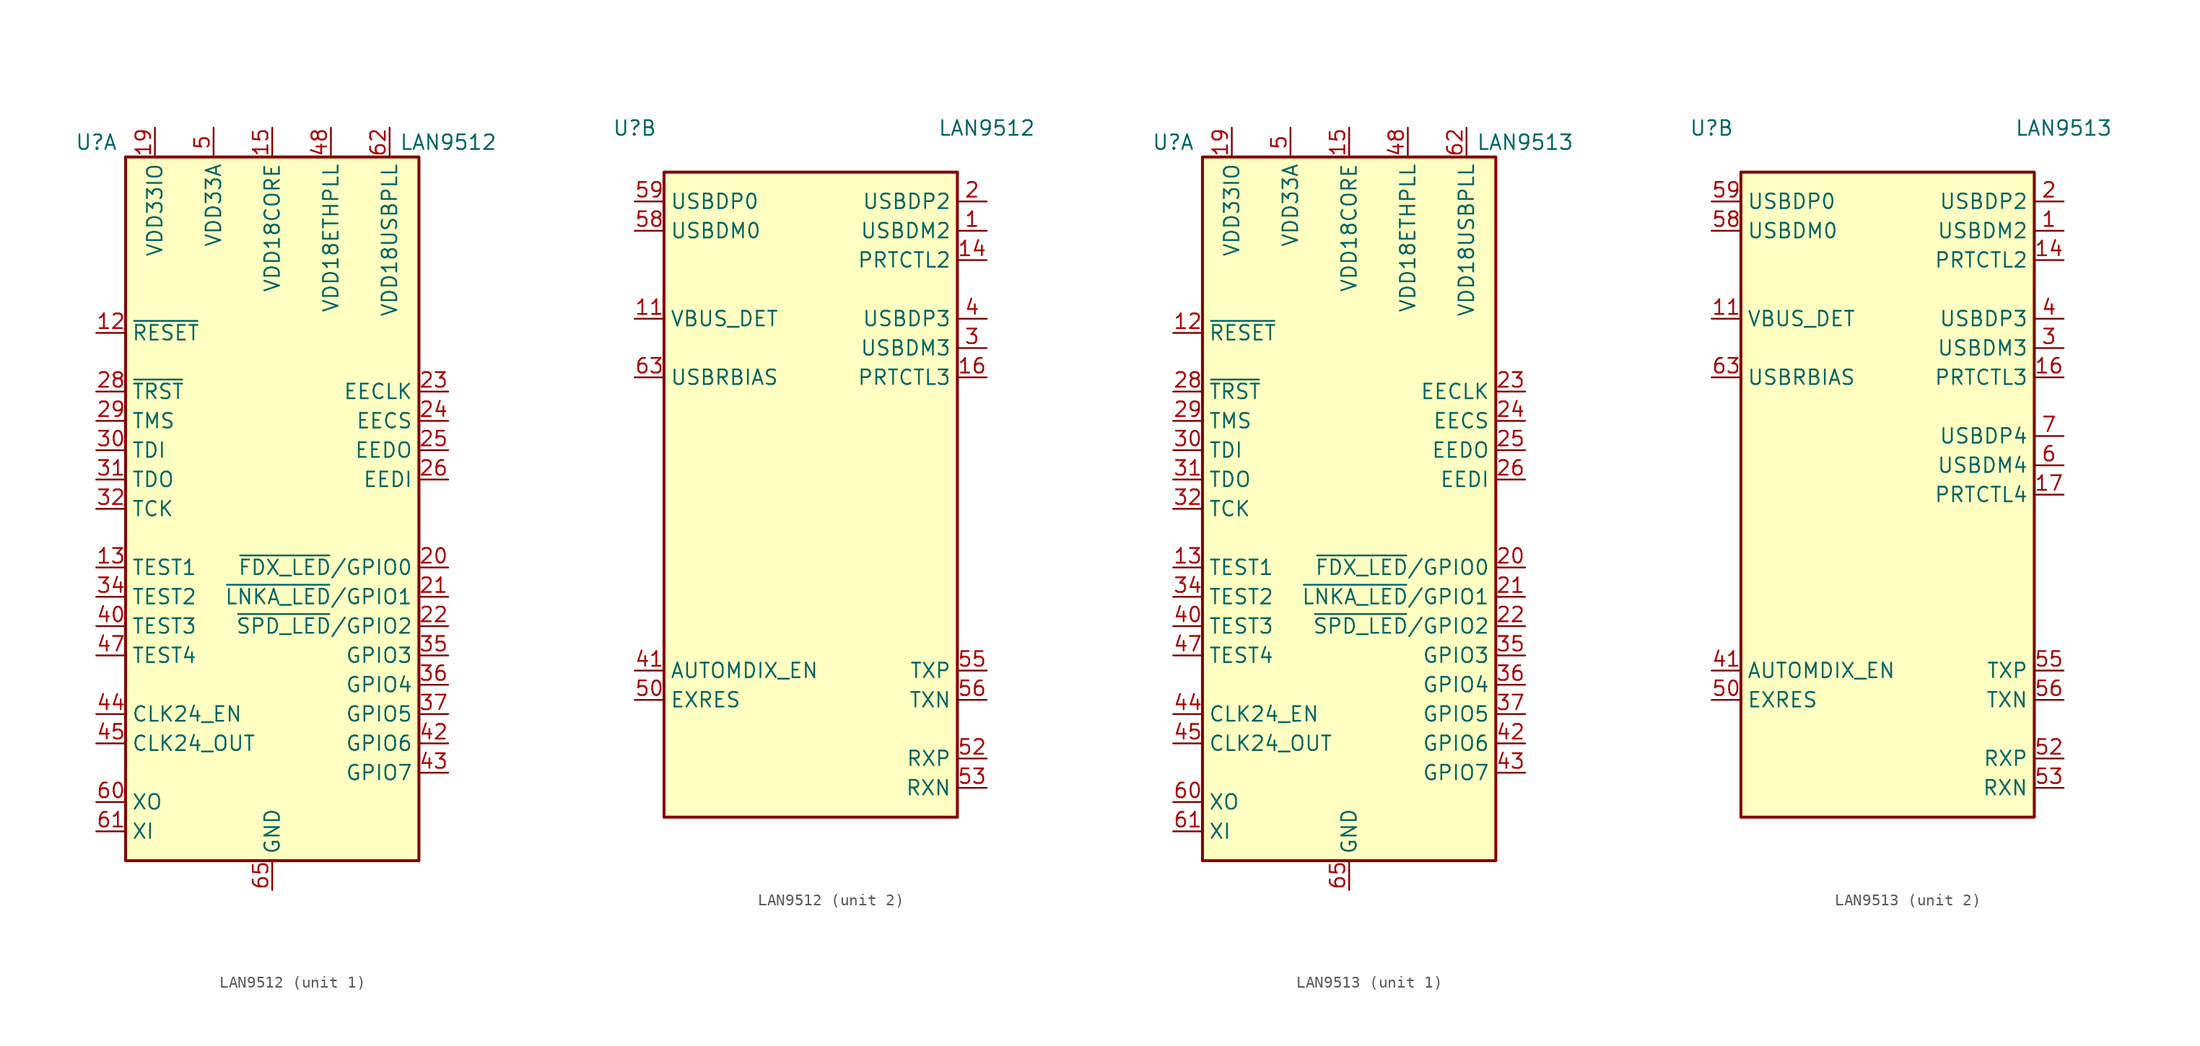
<source format=kicad_sym>
(kicad_symbol_lib
  (version 20201005)
  (generator kicad_symbol_editor)
  (symbol "Interface_Ethernet:LAN9512"
    (property "Reference" "U"
      (at -15.24 31.75 0)
      (effects (font (size 1.27 1.27))))
    (property "Value" "LAN9512"
      (at 15.24 31.75 0)
      (effects (font (size 1.27 1.27))))
    (property "ki_locked" ""
      (at 0 0 0)
      (effects (font (size 1.27 1.27))))
    (symbol "LAN9512_1_1"
      (rectangle (start -12.7 30.48) (end 12.7 -30.48) (stroke (width 0.254)) (fill (type background)))
      (pin passive line (at -5.08 33.02 270) (length 2.54) hide (name "VDD33A" (effects (font (size 1.27 1.27)))) (number "10" (effects (font (size 1.27 1.27)))))
      (pin input line (at -15.24 15.24 0) (length 2.54) (name "~RESET" (effects (font (size 1.27 1.27)))) (number "12" (effects (font (size 1.27 1.27)))))
      (pin input line (at -15.24 -5.08 0) (length 2.54) (name "TEST1" (effects (font (size 1.27 1.27)))) (number "13" (effects (font (size 1.27 1.27)))))
      (pin power_in line (at 0 33.02 270) (length 2.54) (name "VDD18CORE" (effects (font (size 1.27 1.27)))) (number "15" (effects (font (size 1.27 1.27)))))
      (pin power_in line (at -10.16 33.02 270) (length 2.54) (name "VDD33IO" (effects (font (size 1.27 1.27)))) (number "19" (effects (font (size 1.27 1.27)))))
      (pin bidirectional line (at 15.24 -5.08 180) (length 2.54) (name "~FDX_LED~/GPIO0" (effects (font (size 1.27 1.27)))) (number "20" (effects (font (size 1.27 1.27)))))
      (pin bidirectional line (at 15.24 -7.62 180) (length 2.54) (name "~LNKA_LED~/GPIO1" (effects (font (size 1.27 1.27)))) (number "21" (effects (font (size 1.27 1.27)))))
      (pin bidirectional line (at 15.24 -10.16 180) (length 2.54) (name "~SPD_LED~/GPIO2" (effects (font (size 1.27 1.27)))) (number "22" (effects (font (size 1.27 1.27)))))
      (pin output line (at 15.24 10.16 180) (length 2.54) (name "EECLK" (effects (font (size 1.27 1.27)))) (number "23" (effects (font (size 1.27 1.27)))))
      (pin output line (at 15.24 7.62 180) (length 2.54) (name "EECS" (effects (font (size 1.27 1.27)))) (number "24" (effects (font (size 1.27 1.27)))))
      (pin output line (at 15.24 5.08 180) (length 2.54) (name "EEDO" (effects (font (size 1.27 1.27)))) (number "25" (effects (font (size 1.27 1.27)))))
      (pin input line (at 15.24 2.54 180) (length 2.54) (name "EEDI" (effects (font (size 1.27 1.27)))) (number "26" (effects (font (size 1.27 1.27)))))
      (pin passive line (at -10.16 33.02 270) (length 2.54) hide (name "VDD33IO" (effects (font (size 1.27 1.27)))) (number "27" (effects (font (size 1.27 1.27)))))
      (pin input line (at -15.24 10.16 0) (length 2.54) (name "~TRST" (effects (font (size 1.27 1.27)))) (number "28" (effects (font (size 1.27 1.27)))))
      (pin input line (at -15.24 7.62 0) (length 2.54) (name "TMS" (effects (font (size 1.27 1.27)))) (number "29" (effects (font (size 1.27 1.27)))))
      (pin input line (at -15.24 5.08 0) (length 2.54) (name "TDI" (effects (font (size 1.27 1.27)))) (number "30" (effects (font (size 1.27 1.27)))))
      (pin output line (at -15.24 2.54 0) (length 2.54) (name "TDO" (effects (font (size 1.27 1.27)))) (number "31" (effects (font (size 1.27 1.27)))))
      (pin input line (at -15.24 0 0) (length 2.54) (name "TCK" (effects (font (size 1.27 1.27)))) (number "32" (effects (font (size 1.27 1.27)))))
      (pin passive line (at -10.16 33.02 270) (length 2.54) hide (name "VDD33IO" (effects (font (size 1.27 1.27)))) (number "33" (effects (font (size 1.27 1.27)))))
      (pin input line (at -15.24 -7.62 0) (length 2.54) (name "TEST2" (effects (font (size 1.27 1.27)))) (number "34" (effects (font (size 1.27 1.27)))))
      (pin bidirectional line (at 15.24 -12.7 180) (length 2.54) (name "GPIO3" (effects (font (size 1.27 1.27)))) (number "35" (effects (font (size 1.27 1.27)))))
      (pin bidirectional line (at 15.24 -15.24 180) (length 2.54) (name "GPIO4" (effects (font (size 1.27 1.27)))) (number "36" (effects (font (size 1.27 1.27)))))
      (pin bidirectional line (at 15.24 -17.78 180) (length 2.54) (name "GPIO5" (effects (font (size 1.27 1.27)))) (number "37" (effects (font (size 1.27 1.27)))))
      (pin passive line (at 0 33.02 270) (length 2.54) hide (name "VDD18CORE" (effects (font (size 1.27 1.27)))) (number "38" (effects (font (size 1.27 1.27)))))
      (pin passive line (at -10.16 33.02 270) (length 2.54) hide (name "VDD33IO" (effects (font (size 1.27 1.27)))) (number "39" (effects (font (size 1.27 1.27)))))
      (pin input line (at -15.24 -10.16 0) (length 2.54) (name "TEST3" (effects (font (size 1.27 1.27)))) (number "40" (effects (font (size 1.27 1.27)))))
      (pin bidirectional line (at 15.24 -20.32 180) (length 2.54) (name "GPIO6" (effects (font (size 1.27 1.27)))) (number "42" (effects (font (size 1.27 1.27)))))
      (pin bidirectional line (at 15.24 -22.86 180) (length 2.54) (name "GPIO7" (effects (font (size 1.27 1.27)))) (number "43" (effects (font (size 1.27 1.27)))))
      (pin input line (at -15.24 -17.78 0) (length 2.54) (name "CLK24_EN" (effects (font (size 1.27 1.27)))) (number "44" (effects (font (size 1.27 1.27)))))
      (pin output line (at -15.24 -20.32 0) (length 2.54) (name "CLK24_OUT" (effects (font (size 1.27 1.27)))) (number "45" (effects (font (size 1.27 1.27)))))
      (pin passive line (at -10.16 33.02 270) (length 2.54) hide (name "VDD33IO" (effects (font (size 1.27 1.27)))) (number "46" (effects (font (size 1.27 1.27)))))
      (pin input line (at -15.24 -12.7 0) (length 2.54) (name "TEST4" (effects (font (size 1.27 1.27)))) (number "47" (effects (font (size 1.27 1.27)))))
      (pin power_in line (at 5.08 33.02 270) (length 2.54) (name "VDD18ETHPLL" (effects (font (size 1.27 1.27)))) (number "48" (effects (font (size 1.27 1.27)))))
      (pin passive line (at -5.08 33.02 270) (length 2.54) hide (name "VDD33A" (effects (font (size 1.27 1.27)))) (number "49" (effects (font (size 1.27 1.27)))))
      (pin power_in line (at -5.08 33.02 270) (length 2.54) (name "VDD33A" (effects (font (size 1.27 1.27)))) (number "5" (effects (font (size 1.27 1.27)))))
      (pin passive line (at -5.08 33.02 270) (length 2.54) hide (name "VDD33A" (effects (font (size 1.27 1.27)))) (number "51" (effects (font (size 1.27 1.27)))))
      (pin passive line (at -5.08 33.02 270) (length 2.54) hide (name "VDD33A" (effects (font (size 1.27 1.27)))) (number "54" (effects (font (size 1.27 1.27)))))
      (pin passive line (at -5.08 33.02 270) (length 2.54) hide (name "VDD33A" (effects (font (size 1.27 1.27)))) (number "57" (effects (font (size 1.27 1.27)))))
      (pin input line (at -15.24 -25.4 0) (length 2.54) (name "XO" (effects (font (size 1.27 1.27)))) (number "60" (effects (font (size 1.27 1.27)))))
      (pin input line (at -15.24 -27.94 0) (length 2.54) (name "XI" (effects (font (size 1.27 1.27)))) (number "61" (effects (font (size 1.27 1.27)))))
      (pin power_in line (at 10.16 33.02 270) (length 2.54) (name "VDD18USBPLL" (effects (font (size 1.27 1.27)))) (number "62" (effects (font (size 1.27 1.27)))))
      (pin passive line (at -5.08 33.02 270) (length 2.54) hide (name "VDD33A" (effects (font (size 1.27 1.27)))) (number "64" (effects (font (size 1.27 1.27)))))
      (pin power_in line (at 0 -33.02 90) (length 2.54) (name "GND" (effects (font (size 1.27 1.27)))) (number "65" (effects (font (size 1.27 1.27))))))
    (symbol "LAN9512_2_1"
      (rectangle (start 12.7 -27.94) (end -12.7 27.94) (stroke (width 0.254)) (fill (type background)))
      (pin bidirectional line (at 15.24 22.86 180) (length 2.54) (name "USBDM2" (effects (font (size 1.27 1.27)))) (number "1" (effects (font (size 1.27 1.27)))))
      (pin input line (at -15.24 15.24 0) (length 2.54) (name "VBUS_DET" (effects (font (size 1.27 1.27)))) (number "11" (effects (font (size 1.27 1.27)))))
      (pin bidirectional line (at 15.24 20.32 180) (length 2.54) (name "PRTCTL2" (effects (font (size 1.27 1.27)))) (number "14" (effects (font (size 1.27 1.27)))))
      (pin bidirectional line (at 15.24 10.16 180) (length 2.54) (name "PRTCTL3" (effects (font (size 1.27 1.27)))) (number "16" (effects (font (size 1.27 1.27)))))
      (pin no_connect line (at 12.7 0 180) (length 2.54) hide (name "NC" (effects (font (size 1.27 1.27)))) (number "17" (effects (font (size 1.27 1.27)))))
      (pin no_connect line (at 12.7 -10.16 180) (length 2.54) hide (name "NC" (effects (font (size 1.27 1.27)))) (number "18" (effects (font (size 1.27 1.27)))))
      (pin bidirectional line (at 15.24 25.4 180) (length 2.54) (name "USBDP2" (effects (font (size 1.27 1.27)))) (number "2" (effects (font (size 1.27 1.27)))))
      (pin bidirectional line (at 15.24 12.7 180) (length 2.54) (name "USBDM3" (effects (font (size 1.27 1.27)))) (number "3" (effects (font (size 1.27 1.27)))))
      (pin bidirectional line (at 15.24 15.24 180) (length 2.54) (name "USBDP3" (effects (font (size 1.27 1.27)))) (number "4" (effects (font (size 1.27 1.27)))))
      (pin input line (at -15.24 -15.24 0) (length 2.54) (name "AUTOMDIX_EN" (effects (font (size 1.27 1.27)))) (number "41" (effects (font (size 1.27 1.27)))))
      (pin input line (at -15.24 -17.78 0) (length 2.54) (name "EXRES" (effects (font (size 1.27 1.27)))) (number "50" (effects (font (size 1.27 1.27)))))
      (pin input line (at 15.24 -22.86 180) (length 2.54) (name "RXP" (effects (font (size 1.27 1.27)))) (number "52" (effects (font (size 1.27 1.27)))))
      (pin input line (at 15.24 -25.4 180) (length 2.54) (name "RXN" (effects (font (size 1.27 1.27)))) (number "53" (effects (font (size 1.27 1.27)))))
      (pin output line (at 15.24 -15.24 180) (length 2.54) (name "TXP" (effects (font (size 1.27 1.27)))) (number "55" (effects (font (size 1.27 1.27)))))
      (pin output line (at 15.24 -17.78 180) (length 2.54) (name "TXN" (effects (font (size 1.27 1.27)))) (number "56" (effects (font (size 1.27 1.27)))))
      (pin bidirectional line (at -15.24 22.86 0) (length 2.54) (name "USBDM0" (effects (font (size 1.27 1.27)))) (number "58" (effects (font (size 1.27 1.27)))))
      (pin bidirectional line (at -15.24 25.4 0) (length 2.54) (name "USBDP0" (effects (font (size 1.27 1.27)))) (number "59" (effects (font (size 1.27 1.27)))))
      (pin no_connect line (at 12.7 2.54 180) (length 2.54) hide (name "NC" (effects (font (size 1.27 1.27)))) (number "6" (effects (font (size 1.27 1.27)))))
      (pin input line (at -15.24 10.16 0) (length 2.54) (name "USBRBIAS" (effects (font (size 1.27 1.27)))) (number "63" (effects (font (size 1.27 1.27)))))
      (pin no_connect line (at 12.7 5.08 180) (length 2.54) hide (name "NC" (effects (font (size 1.27 1.27)))) (number "7" (effects (font (size 1.27 1.27)))))
      (pin no_connect line (at 12.7 -7.62 180) (length 2.54) hide (name "NC" (effects (font (size 1.27 1.27)))) (number "8" (effects (font (size 1.27 1.27)))))
      (pin no_connect line (at 12.7 -5.08 180) (length 2.54) hide (name "NC" (effects (font (size 1.27 1.27)))) (number "9" (effects (font (size 1.27 1.27)))))))
  (symbol "Interface_Ethernet:LAN9513"
    (property "Reference" "U"
      (at -15.24 31.75 0)
      (effects (font (size 1.27 1.27))))
    (property "Value" "LAN9513"
      (at 15.24 31.75 0)
      (effects (font (size 1.27 1.27))))
    (property "ki_locked" ""
      (at 0 0 0)
      (effects (font (size 1.27 1.27))))
    (symbol "LAN9513_1_1"
      (rectangle (start -12.7 30.48) (end 12.7 -30.48) (stroke (width 0.254)) (fill (type background)))
      (pin passive line (at -5.08 33.02 270) (length 2.54) hide (name "VDD33A" (effects (font (size 1.27 1.27)))) (number "10" (effects (font (size 1.27 1.27)))))
      (pin input line (at -15.24 15.24 0) (length 2.54) (name "~RESET" (effects (font (size 1.27 1.27)))) (number "12" (effects (font (size 1.27 1.27)))))
      (pin input line (at -15.24 -5.08 0) (length 2.54) (name "TEST1" (effects (font (size 1.27 1.27)))) (number "13" (effects (font (size 1.27 1.27)))))
      (pin power_in line (at 0 33.02 270) (length 2.54) (name "VDD18CORE" (effects (font (size 1.27 1.27)))) (number "15" (effects (font (size 1.27 1.27)))))
      (pin power_in line (at -10.16 33.02 270) (length 2.54) (name "VDD33IO" (effects (font (size 1.27 1.27)))) (number "19" (effects (font (size 1.27 1.27)))))
      (pin bidirectional line (at 15.24 -5.08 180) (length 2.54) (name "~FDX_LED~/GPIO0" (effects (font (size 1.27 1.27)))) (number "20" (effects (font (size 1.27 1.27)))))
      (pin bidirectional line (at 15.24 -7.62 180) (length 2.54) (name "~LNKA_LED~/GPIO1" (effects (font (size 1.27 1.27)))) (number "21" (effects (font (size 1.27 1.27)))))
      (pin bidirectional line (at 15.24 -10.16 180) (length 2.54) (name "~SPD_LED~/GPIO2" (effects (font (size 1.27 1.27)))) (number "22" (effects (font (size 1.27 1.27)))))
      (pin output line (at 15.24 10.16 180) (length 2.54) (name "EECLK" (effects (font (size 1.27 1.27)))) (number "23" (effects (font (size 1.27 1.27)))))
      (pin output line (at 15.24 7.62 180) (length 2.54) (name "EECS" (effects (font (size 1.27 1.27)))) (number "24" (effects (font (size 1.27 1.27)))))
      (pin output line (at 15.24 5.08 180) (length 2.54) (name "EEDO" (effects (font (size 1.27 1.27)))) (number "25" (effects (font (size 1.27 1.27)))))
      (pin input line (at 15.24 2.54 180) (length 2.54) (name "EEDI" (effects (font (size 1.27 1.27)))) (number "26" (effects (font (size 1.27 1.27)))))
      (pin passive line (at -10.16 33.02 270) (length 2.54) hide (name "VDD33IO" (effects (font (size 1.27 1.27)))) (number "27" (effects (font (size 1.27 1.27)))))
      (pin input line (at -15.24 10.16 0) (length 2.54) (name "~TRST" (effects (font (size 1.27 1.27)))) (number "28" (effects (font (size 1.27 1.27)))))
      (pin input line (at -15.24 7.62 0) (length 2.54) (name "TMS" (effects (font (size 1.27 1.27)))) (number "29" (effects (font (size 1.27 1.27)))))
      (pin input line (at -15.24 5.08 0) (length 2.54) (name "TDI" (effects (font (size 1.27 1.27)))) (number "30" (effects (font (size 1.27 1.27)))))
      (pin output line (at -15.24 2.54 0) (length 2.54) (name "TDO" (effects (font (size 1.27 1.27)))) (number "31" (effects (font (size 1.27 1.27)))))
      (pin input line (at -15.24 0 0) (length 2.54) (name "TCK" (effects (font (size 1.27 1.27)))) (number "32" (effects (font (size 1.27 1.27)))))
      (pin passive line (at -10.16 33.02 270) (length 2.54) hide (name "VDD33IO" (effects (font (size 1.27 1.27)))) (number "33" (effects (font (size 1.27 1.27)))))
      (pin input line (at -15.24 -7.62 0) (length 2.54) (name "TEST2" (effects (font (size 1.27 1.27)))) (number "34" (effects (font (size 1.27 1.27)))))
      (pin bidirectional line (at 15.24 -12.7 180) (length 2.54) (name "GPIO3" (effects (font (size 1.27 1.27)))) (number "35" (effects (font (size 1.27 1.27)))))
      (pin bidirectional line (at 15.24 -15.24 180) (length 2.54) (name "GPIO4" (effects (font (size 1.27 1.27)))) (number "36" (effects (font (size 1.27 1.27)))))
      (pin bidirectional line (at 15.24 -17.78 180) (length 2.54) (name "GPIO5" (effects (font (size 1.27 1.27)))) (number "37" (effects (font (size 1.27 1.27)))))
      (pin passive line (at 0 33.02 270) (length 2.54) hide (name "VDD18CORE" (effects (font (size 1.27 1.27)))) (number "38" (effects (font (size 1.27 1.27)))))
      (pin passive line (at -10.16 33.02 270) (length 2.54) hide (name "VDD33IO" (effects (font (size 1.27 1.27)))) (number "39" (effects (font (size 1.27 1.27)))))
      (pin input line (at -15.24 -10.16 0) (length 2.54) (name "TEST3" (effects (font (size 1.27 1.27)))) (number "40" (effects (font (size 1.27 1.27)))))
      (pin bidirectional line (at 15.24 -20.32 180) (length 2.54) (name "GPIO6" (effects (font (size 1.27 1.27)))) (number "42" (effects (font (size 1.27 1.27)))))
      (pin bidirectional line (at 15.24 -22.86 180) (length 2.54) (name "GPIO7" (effects (font (size 1.27 1.27)))) (number "43" (effects (font (size 1.27 1.27)))))
      (pin input line (at -15.24 -17.78 0) (length 2.54) (name "CLK24_EN" (effects (font (size 1.27 1.27)))) (number "44" (effects (font (size 1.27 1.27)))))
      (pin output line (at -15.24 -20.32 0) (length 2.54) (name "CLK24_OUT" (effects (font (size 1.27 1.27)))) (number "45" (effects (font (size 1.27 1.27)))))
      (pin passive line (at -10.16 33.02 270) (length 2.54) hide (name "VDD33IO" (effects (font (size 1.27 1.27)))) (number "46" (effects (font (size 1.27 1.27)))))
      (pin input line (at -15.24 -12.7 0) (length 2.54) (name "TEST4" (effects (font (size 1.27 1.27)))) (number "47" (effects (font (size 1.27 1.27)))))
      (pin power_in line (at 5.08 33.02 270) (length 2.54) (name "VDD18ETHPLL" (effects (font (size 1.27 1.27)))) (number "48" (effects (font (size 1.27 1.27)))))
      (pin passive line (at -5.08 33.02 270) (length 2.54) hide (name "VDD33A" (effects (font (size 1.27 1.27)))) (number "49" (effects (font (size 1.27 1.27)))))
      (pin power_in line (at -5.08 33.02 270) (length 2.54) (name "VDD33A" (effects (font (size 1.27 1.27)))) (number "5" (effects (font (size 1.27 1.27)))))
      (pin passive line (at -5.08 33.02 270) (length 2.54) hide (name "VDD33A" (effects (font (size 1.27 1.27)))) (number "51" (effects (font (size 1.27 1.27)))))
      (pin passive line (at -5.08 33.02 270) (length 2.54) hide (name "VDD33A" (effects (font (size 1.27 1.27)))) (number "54" (effects (font (size 1.27 1.27)))))
      (pin passive line (at -5.08 33.02 270) (length 2.54) hide (name "VDD33A" (effects (font (size 1.27 1.27)))) (number "57" (effects (font (size 1.27 1.27)))))
      (pin input line (at -15.24 -25.4 0) (length 2.54) (name "XO" (effects (font (size 1.27 1.27)))) (number "60" (effects (font (size 1.27 1.27)))))
      (pin input line (at -15.24 -27.94 0) (length 2.54) (name "XI" (effects (font (size 1.27 1.27)))) (number "61" (effects (font (size 1.27 1.27)))))
      (pin power_in line (at 10.16 33.02 270) (length 2.54) (name "VDD18USBPLL" (effects (font (size 1.27 1.27)))) (number "62" (effects (font (size 1.27 1.27)))))
      (pin passive line (at -5.08 33.02 270) (length 2.54) hide (name "VDD33A" (effects (font (size 1.27 1.27)))) (number "64" (effects (font (size 1.27 1.27)))))
      (pin power_in line (at 0 -33.02 90) (length 2.54) (name "GND" (effects (font (size 1.27 1.27)))) (number "65" (effects (font (size 1.27 1.27))))))
    (symbol "LAN9513_2_1"
      (rectangle (start 12.7 -27.94) (end -12.7 27.94) (stroke (width 0.254)) (fill (type background)))
      (pin bidirectional line (at 15.24 22.86 180) (length 2.54) (name "USBDM2" (effects (font (size 1.27 1.27)))) (number "1" (effects (font (size 1.27 1.27)))))
      (pin input line (at -15.24 15.24 0) (length 2.54) (name "VBUS_DET" (effects (font (size 1.27 1.27)))) (number "11" (effects (font (size 1.27 1.27)))))
      (pin bidirectional line (at 15.24 20.32 180) (length 2.54) (name "PRTCTL2" (effects (font (size 1.27 1.27)))) (number "14" (effects (font (size 1.27 1.27)))))
      (pin bidirectional line (at 15.24 10.16 180) (length 2.54) (name "PRTCTL3" (effects (font (size 1.27 1.27)))) (number "16" (effects (font (size 1.27 1.27)))))
      (pin bidirectional line (at 15.24 0 180) (length 2.54) (name "PRTCTL4" (effects (font (size 1.27 1.27)))) (number "17" (effects (font (size 1.27 1.27)))))
      (pin no_connect line (at 12.7 -10.16 180) (length 2.54) hide (name "NC" (effects (font (size 1.27 1.27)))) (number "18" (effects (font (size 1.27 1.27)))))
      (pin bidirectional line (at 15.24 25.4 180) (length 2.54) (name "USBDP2" (effects (font (size 1.27 1.27)))) (number "2" (effects (font (size 1.27 1.27)))))
      (pin bidirectional line (at 15.24 12.7 180) (length 2.54) (name "USBDM3" (effects (font (size 1.27 1.27)))) (number "3" (effects (font (size 1.27 1.27)))))
      (pin bidirectional line (at 15.24 15.24 180) (length 2.54) (name "USBDP3" (effects (font (size 1.27 1.27)))) (number "4" (effects (font (size 1.27 1.27)))))
      (pin input line (at -15.24 -15.24 0) (length 2.54) (name "AUTOMDIX_EN" (effects (font (size 1.27 1.27)))) (number "41" (effects (font (size 1.27 1.27)))))
      (pin input line (at -15.24 -17.78 0) (length 2.54) (name "EXRES" (effects (font (size 1.27 1.27)))) (number "50" (effects (font (size 1.27 1.27)))))
      (pin input line (at 15.24 -22.86 180) (length 2.54) (name "RXP" (effects (font (size 1.27 1.27)))) (number "52" (effects (font (size 1.27 1.27)))))
      (pin input line (at 15.24 -25.4 180) (length 2.54) (name "RXN" (effects (font (size 1.27 1.27)))) (number "53" (effects (font (size 1.27 1.27)))))
      (pin output line (at 15.24 -15.24 180) (length 2.54) (name "TXP" (effects (font (size 1.27 1.27)))) (number "55" (effects (font (size 1.27 1.27)))))
      (pin output line (at 15.24 -17.78 180) (length 2.54) (name "TXN" (effects (font (size 1.27 1.27)))) (number "56" (effects (font (size 1.27 1.27)))))
      (pin bidirectional line (at -15.24 22.86 0) (length 2.54) (name "USBDM0" (effects (font (size 1.27 1.27)))) (number "58" (effects (font (size 1.27 1.27)))))
      (pin bidirectional line (at -15.24 25.4 0) (length 2.54) (name "USBDP0" (effects (font (size 1.27 1.27)))) (number "59" (effects (font (size 1.27 1.27)))))
      (pin bidirectional line (at 15.24 2.54 180) (length 2.54) (name "USBDM4" (effects (font (size 1.27 1.27)))) (number "6" (effects (font (size 1.27 1.27)))))
      (pin input line (at -15.24 10.16 0) (length 2.54) (name "USBRBIAS" (effects (font (size 1.27 1.27)))) (number "63" (effects (font (size 1.27 1.27)))))
      (pin bidirectional line (at 15.24 5.08 180) (length 2.54) (name "USBDP4" (effects (font (size 1.27 1.27)))) (number "7" (effects (font (size 1.27 1.27)))))
      (pin no_connect line (at 12.7 -7.62 180) (length 2.54) hide (name "NC" (effects (font (size 1.27 1.27)))) (number "8" (effects (font (size 1.27 1.27)))))
      (pin no_connect line (at 12.7 -5.08 180) (length 2.54) hide (name "NC" (effects (font (size 1.27 1.27)))) (number "9" (effects (font (size 1.27 1.27))))))))
</source>
